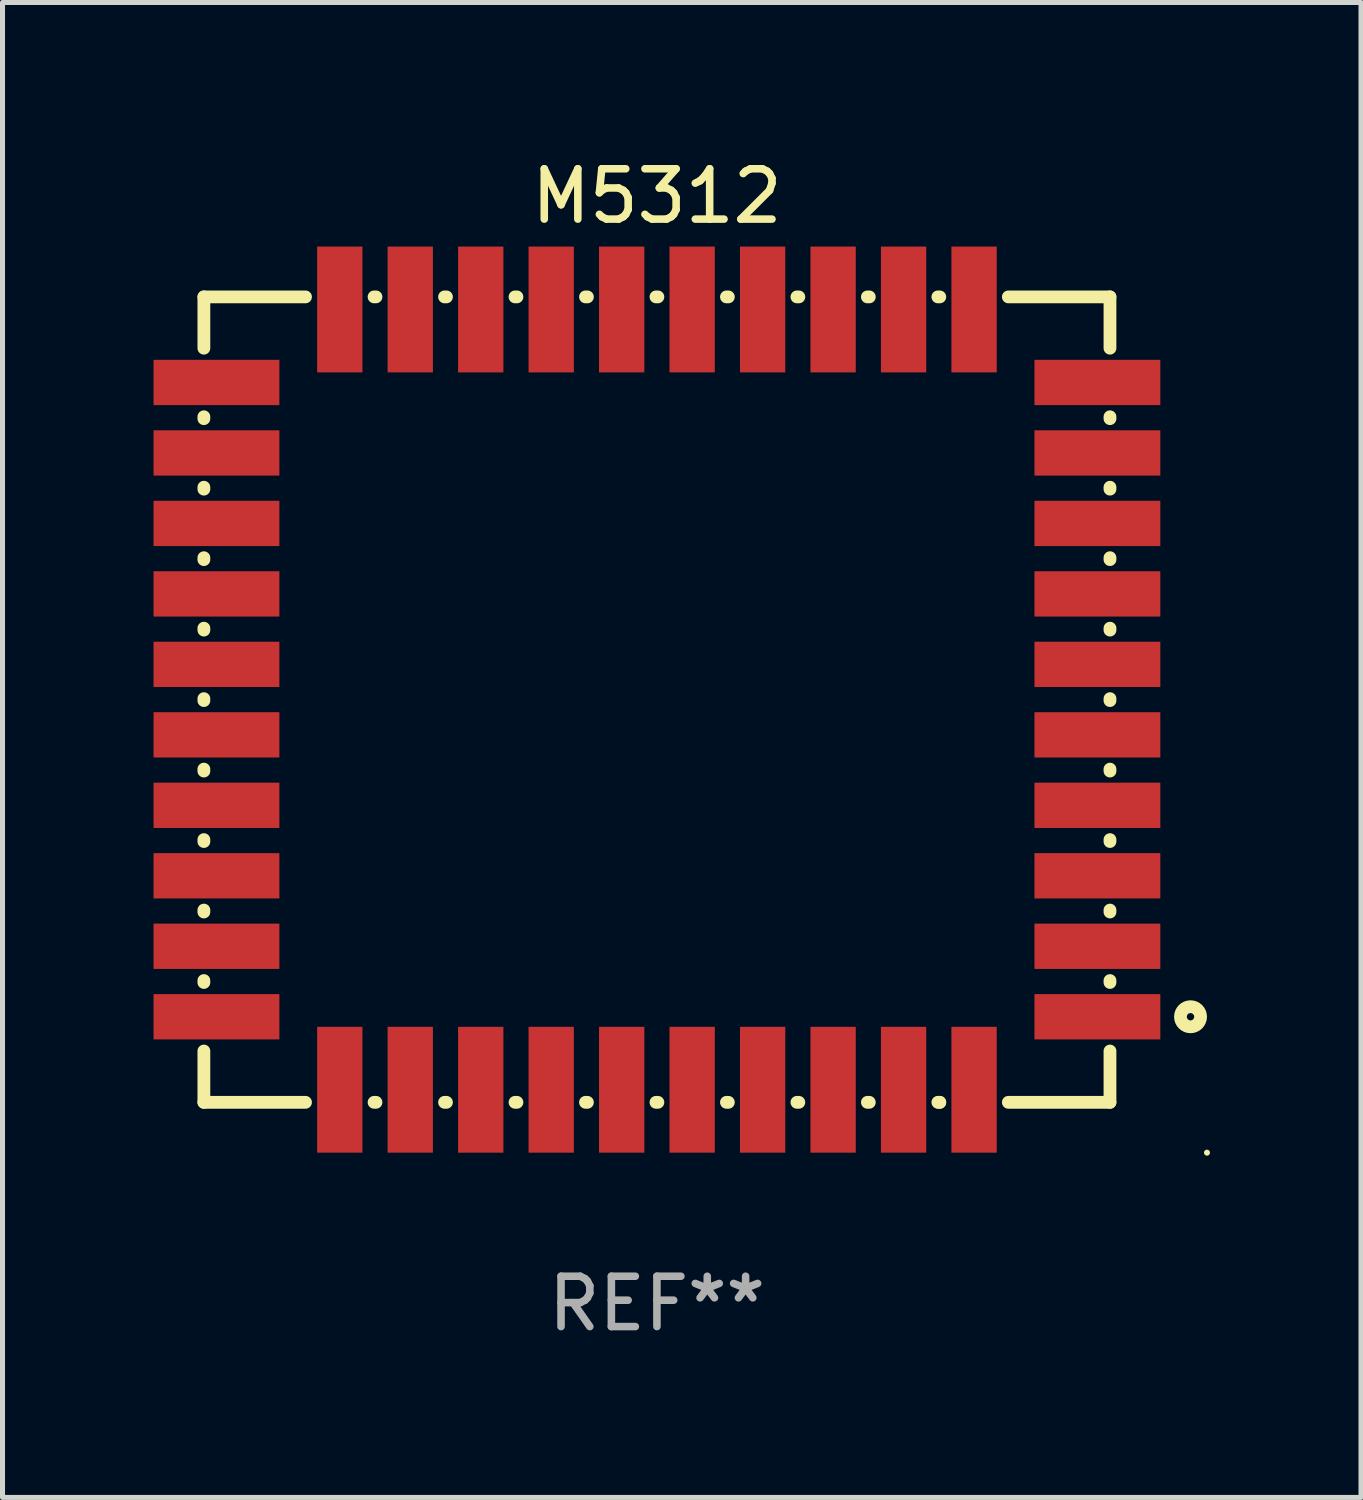
<source format=kicad_pcb>
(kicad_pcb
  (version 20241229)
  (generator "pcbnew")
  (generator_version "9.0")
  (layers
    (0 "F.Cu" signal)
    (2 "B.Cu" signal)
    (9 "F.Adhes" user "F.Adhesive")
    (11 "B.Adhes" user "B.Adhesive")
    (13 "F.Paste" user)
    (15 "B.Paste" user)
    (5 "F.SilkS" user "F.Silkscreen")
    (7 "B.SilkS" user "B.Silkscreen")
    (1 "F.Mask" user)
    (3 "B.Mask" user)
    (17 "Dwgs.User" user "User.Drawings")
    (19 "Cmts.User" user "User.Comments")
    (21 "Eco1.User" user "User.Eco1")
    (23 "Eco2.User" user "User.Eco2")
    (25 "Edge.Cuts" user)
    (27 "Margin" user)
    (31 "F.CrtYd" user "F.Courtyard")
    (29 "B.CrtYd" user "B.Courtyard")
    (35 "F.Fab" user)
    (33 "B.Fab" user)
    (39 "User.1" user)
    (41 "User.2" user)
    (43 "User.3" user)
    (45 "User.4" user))
  (footprint "M5312"
    (layer "F.Cu")
    (at 10 10.848)
    (property "Reference" "M5312" (at 0 -10 0) (layer "F.SilkS") (effects (font (size 1 1) (thickness 0.15))))
    (attr through_hole)
    (fp_line (start -9 -8) (end -9 -6.981) (stroke (width 0.254) (type solid)) (layer "F.SilkS"))
    (fp_line (start -9 -8) (end -6.981 -8) (stroke (width 0.254) (type solid)) (layer "F.SilkS"))
    (fp_line (start -9 -5.619) (end -9 -5.581) (stroke (width 0.254) (type solid)) (layer "F.SilkS"))
    (fp_line (start -9 -4.219) (end -9 -4.181) (stroke (width 0.254) (type solid)) (layer "F.SilkS"))
    (fp_line (start -9 -2.819) (end -9 -2.781) (stroke (width 0.254) (type solid)) (layer "F.SilkS"))
    (fp_line (start -9 -1.419) (end -9 -1.381) (stroke (width 0.254) (type solid)) (layer "F.SilkS"))
    (fp_line (start -9 -0.019) (end -9 0.019) (stroke (width 0.254) (type solid)) (layer "F.SilkS"))
    (fp_line (start -9 1.381) (end -9 1.419) (stroke (width 0.254) (type solid)) (layer "F.SilkS"))
    (fp_line (start -9 2.781) (end -9 2.819) (stroke (width 0.254) (type solid)) (layer "F.SilkS"))
    (fp_line (start -9 4.181) (end -9 4.219) (stroke (width 0.254) (type solid)) (layer "F.SilkS"))
    (fp_line (start -9 5.581) (end -9 5.619) (stroke (width 0.254) (type solid)) (layer "F.SilkS"))
    (fp_line (start -9 6.981) (end -9 8) (stroke (width 0.254) (type solid)) (layer "F.SilkS"))
    (fp_line (start -9 8) (end -6.981 8) (stroke (width 0.254) (type solid)) (layer "F.SilkS"))
    (fp_line (start -5.619 -8) (end -5.581 -8) (stroke (width 0.254) (type solid)) (layer "F.SilkS"))
    (fp_line (start -5.619 8) (end -5.581 8) (stroke (width 0.254) (type solid)) (layer "F.SilkS"))
    (fp_line (start -4.219 -8) (end -4.181 -8) (stroke (width 0.254) (type solid)) (layer "F.SilkS"))
    (fp_line (start -4.219 8) (end -4.181 8) (stroke (width 0.254) (type solid)) (layer "F.SilkS"))
    (fp_line (start -2.819 -8) (end -2.781 -8) (stroke (width 0.254) (type solid)) (layer "F.SilkS"))
    (fp_line (start -2.819 8) (end -2.781 8) (stroke (width 0.254) (type solid)) (layer "F.SilkS"))
    (fp_line (start -1.419 -8) (end -1.381 -8) (stroke (width 0.254) (type solid)) (layer "F.SilkS"))
    (fp_line (start -1.419 8) (end -1.381 8) (stroke (width 0.254) (type solid)) (layer "F.SilkS"))
    (fp_line (start -0.019 -8) (end 0.019 -8) (stroke (width 0.254) (type solid)) (layer "F.SilkS"))
    (fp_line (start -0.019 8) (end 0.019 8) (stroke (width 0.254) (type solid)) (layer "F.SilkS"))
    (fp_line (start 1.381 -8) (end 1.419 -8) (stroke (width 0.254) (type solid)) (layer "F.SilkS"))
    (fp_line (start 1.381 8) (end 1.419 8) (stroke (width 0.254) (type solid)) (layer "F.SilkS"))
    (fp_line (start 2.781 -8) (end 2.819 -8) (stroke (width 0.254) (type solid)) (layer "F.SilkS"))
    (fp_line (start 2.781 8) (end 2.819 8) (stroke (width 0.254) (type solid)) (layer "F.SilkS"))
    (fp_line (start 4.181 -8) (end 4.219 -8) (stroke (width 0.254) (type solid)) (layer "F.SilkS"))
    (fp_line (start 4.181 8) (end 4.219 8) (stroke (width 0.254) (type solid)) (layer "F.SilkS"))
    (fp_line (start 5.581 -8) (end 5.619 -8) (stroke (width 0.254) (type solid)) (layer "F.SilkS"))
    (fp_line (start 5.581 8) (end 5.619 8) (stroke (width 0.254) (type solid)) (layer "F.SilkS"))
    (fp_line (start 5.619 8) (end 5.6 8) (stroke (width 0.254) (type solid)) (layer "F.SilkS"))
    (fp_line (start 6.981 -8) (end 9 -8) (stroke (width 0.254) (type solid)) (layer "F.SilkS"))
    (fp_line (start 9 -8) (end 9 -6.981) (stroke (width 0.254) (type solid)) (layer "F.SilkS"))
    (fp_line (start 9 -5.619) (end 9 -5.581) (stroke (width 0.254) (type solid)) (layer "F.SilkS"))
    (fp_line (start 9 -4.219) (end 9 -4.181) (stroke (width 0.254) (type solid)) (layer "F.SilkS"))
    (fp_line (start 9 -2.819) (end 9 -2.781) (stroke (width 0.254) (type solid)) (layer "F.SilkS"))
    (fp_line (start 9 -1.419) (end 9 -1.381) (stroke (width 0.254) (type solid)) (layer "F.SilkS"))
    (fp_line (start 9 -0.019) (end 9 0.019) (stroke (width 0.254) (type solid)) (layer "F.SilkS"))
    (fp_line (start 9 1.381) (end 9 1.419) (stroke (width 0.254) (type solid)) (layer "F.SilkS"))
    (fp_line (start 9 2.781) (end 9 2.819) (stroke (width 0.254) (type solid)) (layer "F.SilkS"))
    (fp_line (start 9 4.181) (end 9 4.219) (stroke (width 0.254) (type solid)) (layer "F.SilkS"))
    (fp_line (start 9 5.581) (end 9 5.619) (stroke (width 0.254) (type solid)) (layer "F.SilkS"))
    (fp_line (start 9 6.981) (end 9 8) (stroke (width 0.254) (type solid)) (layer "F.SilkS"))
    (fp_line (start 9 8) (end 6.981 8) (stroke (width 0.254) (type solid)) (layer "F.SilkS"))
    (fp_circle (center 10.6 6.3) (end 10.8 6.3) (stroke (width 0.254) (type solid)) (fill no) (layer "F.SilkS"))
    (fp_circle (center 10.927 9) (end 10.957 9) (stroke (width 0.06) (type solid)) (fill no) (layer "F.SilkS"))
    (fp_text user "REF**" (at 0 12 0) (layer "F.Fab") (effects (font (size 1 1) (thickness 0.15))))
    (pad "1" smd rect (at 8.75 6.3 90) (size 0.9 2.5) (layers "F.Cu" "F.Mask" "F.Paste"))
    (pad "2" smd rect (at 8.75 4.9 90) (size 0.9 2.5) (layers "F.Cu" "F.Mask" "F.Paste"))
    (pad "3" smd rect (at 8.75 3.5 90) (size 0.9 2.5) (layers "F.Cu" "F.Mask" "F.Paste"))
    (pad "4" smd rect (at 8.75 2.1 90) (size 0.9 2.5) (layers "F.Cu" "F.Mask" "F.Paste"))
    (pad "5" smd rect (at 8.75 0.7 90) (size 0.9 2.5) (layers "F.Cu" "F.Mask" "F.Paste"))
    (pad "6" smd rect (at 8.75 -0.7 90) (size 0.9 2.5) (layers "F.Cu" "F.Mask" "F.Paste"))
    (pad "7" smd rect (at 8.75 -2.1 90) (size 0.9 2.5) (layers "F.Cu" "F.Mask" "F.Paste"))
    (pad "8" smd rect (at 8.75 -3.5 90) (size 0.9 2.5) (layers "F.Cu" "F.Mask" "F.Paste"))
    (pad "9" smd rect (at 8.75 -4.9 90) (size 0.9 2.5) (layers "F.Cu" "F.Mask" "F.Paste"))
    (pad "10" smd rect (at 8.75 -6.3 90) (size 0.9 2.5) (layers "F.Cu" "F.Mask" "F.Paste"))
    (pad "11" smd rect (at 6.3 -7.75) (size 0.9 2.5) (layers "F.Cu" "F.Mask" "F.Paste"))
    (pad "12" smd rect (at 4.9 -7.75) (size 0.9 2.5) (layers "F.Cu" "F.Mask" "F.Paste"))
    (pad "13" smd rect (at 3.5 -7.75) (size 0.9 2.5) (layers "F.Cu" "F.Mask" "F.Paste"))
    (pad "14" smd rect (at 2.1 -7.75) (size 0.9 2.5) (layers "F.Cu" "F.Mask" "F.Paste"))
    (pad "15" smd rect (at 0.7 -7.75) (size 0.9 2.5) (layers "F.Cu" "F.Mask" "F.Paste"))
    (pad "16" smd rect (at -0.7 -7.75) (size 0.9 2.5) (layers "F.Cu" "F.Mask" "F.Paste"))
    (pad "17" smd rect (at -2.1 -7.75) (size 0.9 2.5) (layers "F.Cu" "F.Mask" "F.Paste"))
    (pad "18" smd rect (at -3.5 -7.75) (size 0.9 2.5) (layers "F.Cu" "F.Mask" "F.Paste"))
    (pad "19" smd rect (at -4.9 -7.75) (size 0.9 2.5) (layers "F.Cu" "F.Mask" "F.Paste"))
    (pad "20" smd rect (at -6.3 -7.75) (size 0.9 2.5) (layers "F.Cu" "F.Mask" "F.Paste"))
    (pad "21" smd rect (at -8.75 -6.3 90) (size 0.9 2.5) (layers "F.Cu" "F.Mask" "F.Paste"))
    (pad "22" smd rect (at -8.75 -4.9 90) (size 0.9 2.5) (layers "F.Cu" "F.Mask" "F.Paste"))
    (pad "23" smd rect (at -8.75 -3.5 90) (size 0.9 2.5) (layers "F.Cu" "F.Mask" "F.Paste"))
    (pad "24" smd rect (at -8.75 -2.1 90) (size 0.9 2.5) (layers "F.Cu" "F.Mask" "F.Paste"))
    (pad "25" smd rect (at -8.75 -0.7 90) (size 0.9 2.5) (layers "F.Cu" "F.Mask" "F.Paste"))
    (pad "26" smd rect (at -8.75 0.7 90) (size 0.9 2.5) (layers "F.Cu" "F.Mask" "F.Paste"))
    (pad "27" smd rect (at -8.75 2.1 90) (size 0.9 2.5) (layers "F.Cu" "F.Mask" "F.Paste"))
    (pad "28" smd rect (at -8.75 3.5 90) (size 0.9 2.5) (layers "F.Cu" "F.Mask" "F.Paste"))
    (pad "29" smd rect (at -8.75 4.9 90) (size 0.9 2.5) (layers "F.Cu" "F.Mask" "F.Paste"))
    (pad "30" smd rect (at -8.75 6.3 90) (size 0.9 2.5) (layers "F.Cu" "F.Mask" "F.Paste"))
    (pad "31" smd rect (at -6.3 7.75 180) (size 0.9 2.5) (layers "F.Cu" "F.Mask" "F.Paste"))
    (pad "32" smd rect (at -4.9 7.75 180) (size 0.9 2.5) (layers "F.Cu" "F.Mask" "F.Paste"))
    (pad "33" smd rect (at -3.5 7.75 180) (size 0.9 2.5) (layers "F.Cu" "F.Mask" "F.Paste"))
    (pad "34" smd rect (at -2.1 7.75 180) (size 0.9 2.5) (layers "F.Cu" "F.Mask" "F.Paste"))
    (pad "35" smd rect (at -0.7 7.75 180) (size 0.9 2.5) (layers "F.Cu" "F.Mask" "F.Paste"))
    (pad "36" smd rect (at 0.7 7.75 180) (size 0.9 2.5) (layers "F.Cu" "F.Mask" "F.Paste"))
    (pad "37" smd rect (at 2.1 7.75 180) (size 0.9 2.5) (layers "F.Cu" "F.Mask" "F.Paste"))
    (pad "38" smd rect (at 3.5 7.75 180) (size 0.9 2.5) (layers "F.Cu" "F.Mask" "F.Paste"))
    (pad "39" smd rect (at 4.9 7.75 180) (size 0.9 2.5) (layers "F.Cu" "F.Mask" "F.Paste"))
    (pad "40" smd rect (at 6.3 7.75 180) (size 0.9 2.5) (layers "F.Cu" "F.Mask" "F.Paste")))
  (gr_rect
    (start -3 -3)
    (end 23.987 26.697)
    (stroke (width 0.1) (type default))
    (fill no)
    (layer "Edge.Cuts")))
</source>
